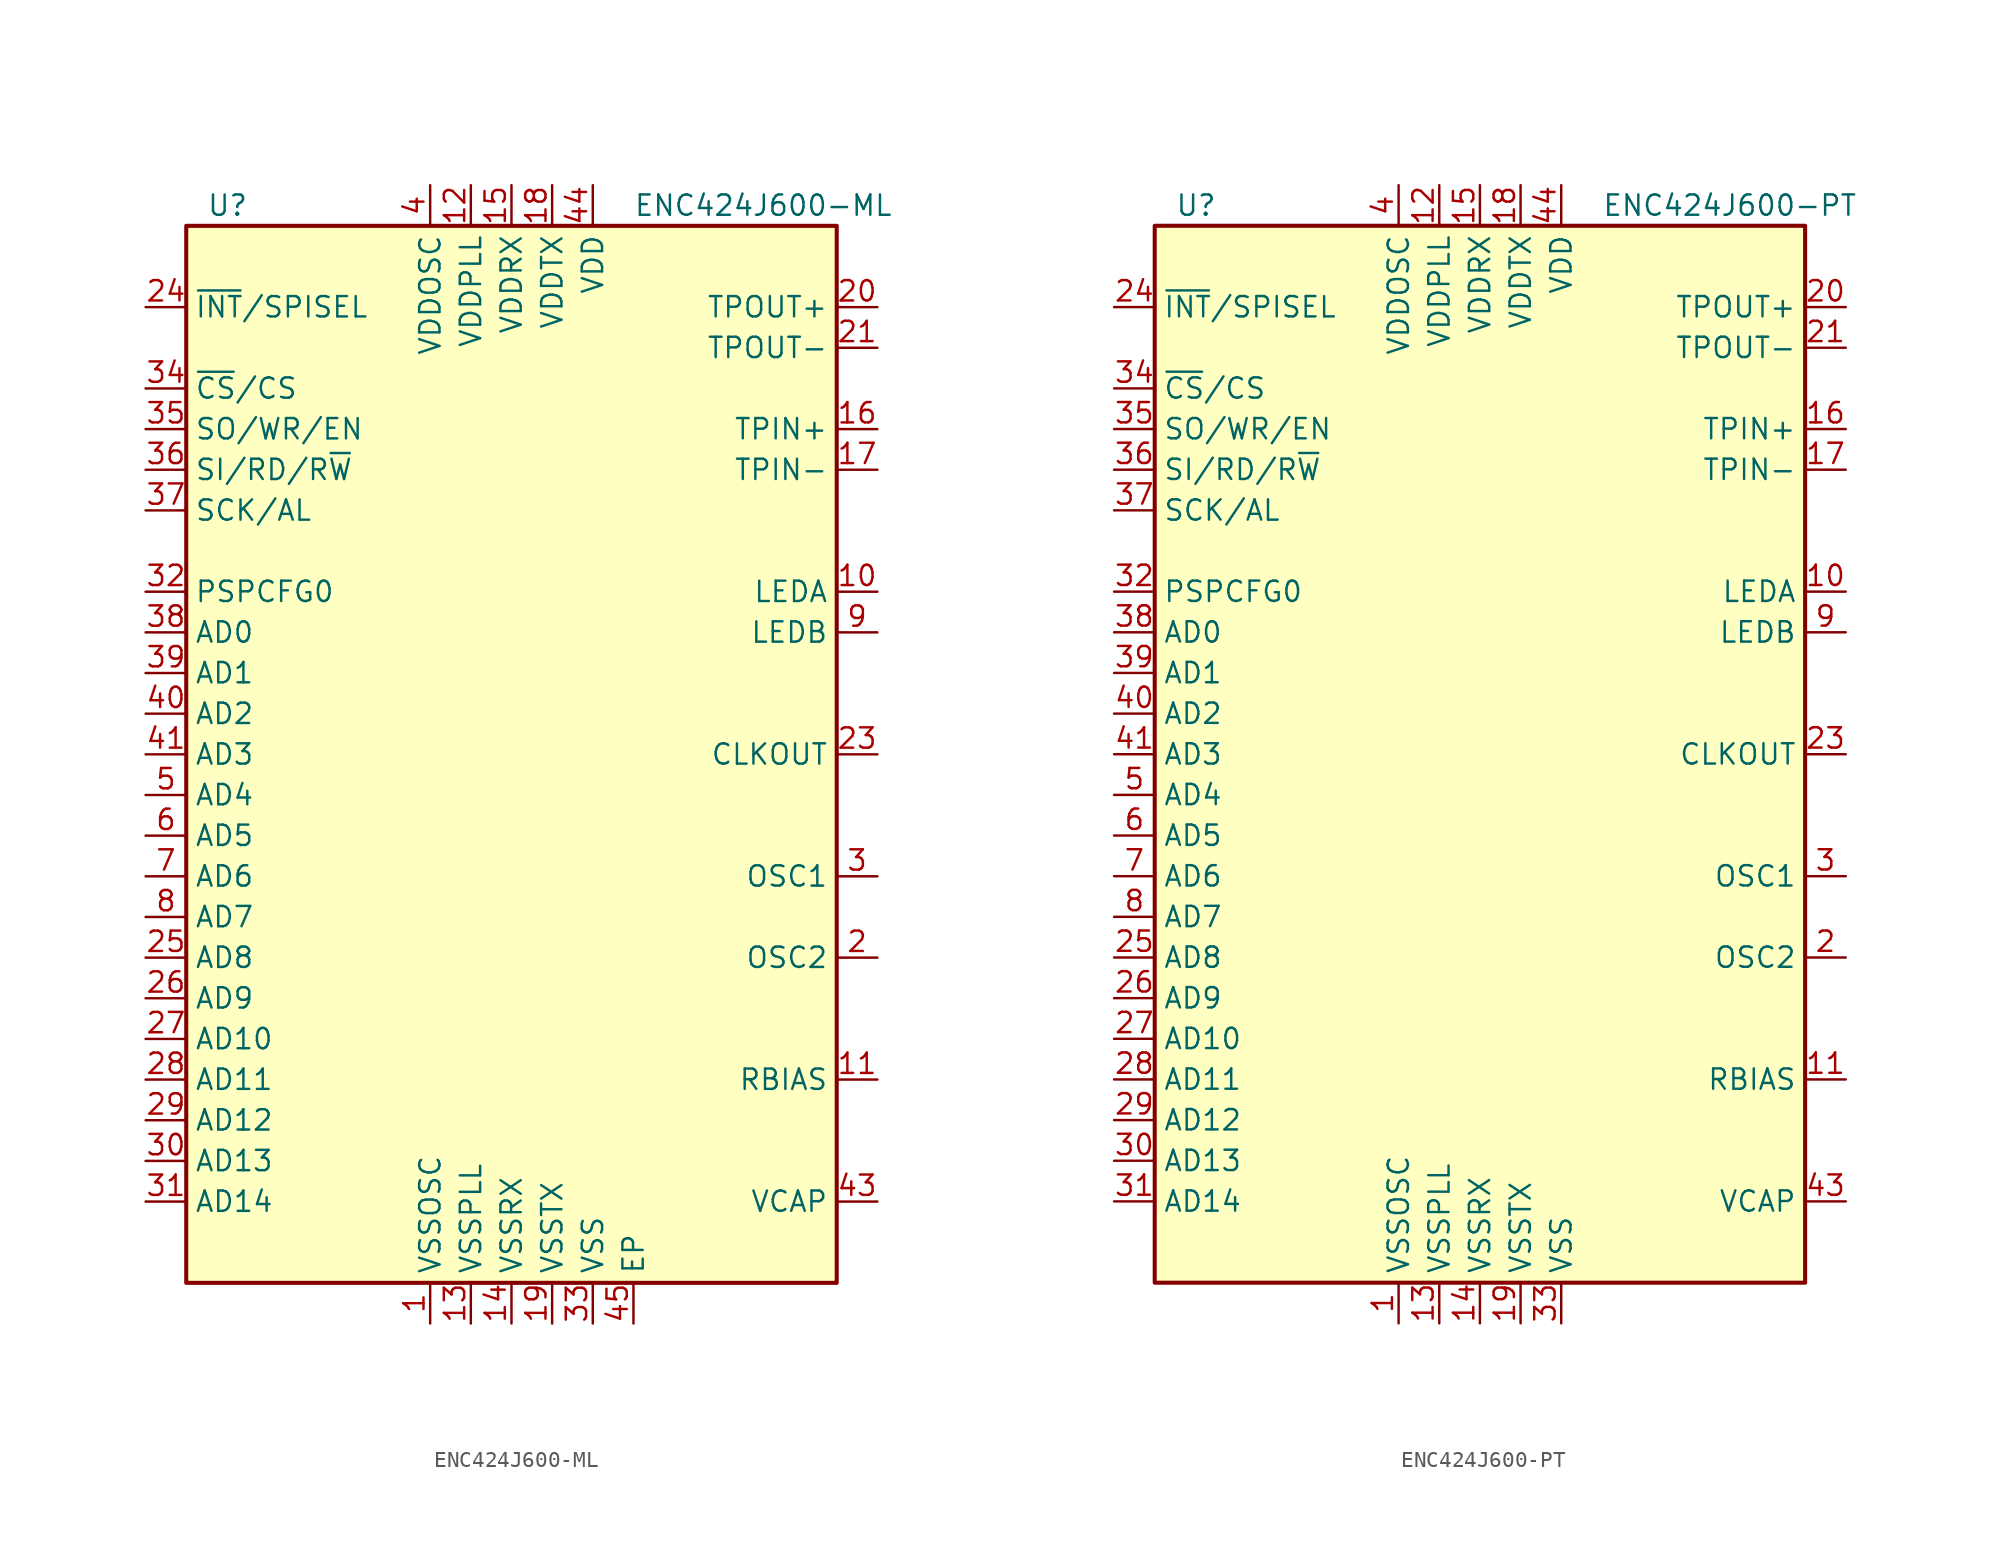
<source format=kicad_sym>
(kicad_symbol_lib
  (version 20201005)
  (generator kicad_symbol_editor)
  (symbol "Interface_Ethernet:ENC424J600-ML"
    (property "Reference" "U"
      (at -19.05 34.29 0)
      (effects (font (size 1.27 1.27)) (justify left)))
    (property "Value" "ENC424J600-ML"
      (at 7.62 34.29 0)
      (effects (font (size 1.27 1.27)) (justify left)))
    (symbol "ENC424J600-ML_0_1"
      (rectangle (start -20.32 33.02) (end 20.32 -33.02) (stroke (width 0.254)) (fill (type background))))
    (symbol "ENC424J600-ML_1_1"
      (pin power_in line (at -5.08 -35.56 90) (length 2.54) (name "VSSOSC" (effects (font (size 1.27 1.27)))) (number "1" (effects (font (size 1.27 1.27)))))
      (pin output line (at 22.86 10.16 180) (length 2.54) (name "LEDA" (effects (font (size 1.27 1.27)))) (number "10" (effects (font (size 1.27 1.27)))))
      (pin input line (at 22.86 -20.32 180) (length 2.54) (name "RBIAS" (effects (font (size 1.27 1.27)))) (number "11" (effects (font (size 1.27 1.27)))))
      (pin power_in line (at -2.54 35.56 270) (length 2.54) (name "VDDPLL" (effects (font (size 1.27 1.27)))) (number "12" (effects (font (size 1.27 1.27)))))
      (pin power_in line (at -2.54 -35.56 90) (length 2.54) (name "VSSPLL" (effects (font (size 1.27 1.27)))) (number "13" (effects (font (size 1.27 1.27)))))
      (pin power_in line (at 0 -35.56 90) (length 2.54) (name "VSSRX" (effects (font (size 1.27 1.27)))) (number "14" (effects (font (size 1.27 1.27)))))
      (pin power_in line (at 0 35.56 270) (length 2.54) (name "VDDRX" (effects (font (size 1.27 1.27)))) (number "15" (effects (font (size 1.27 1.27)))))
      (pin input line (at 22.86 20.32 180) (length 2.54) (name "TPIN+" (effects (font (size 1.27 1.27)))) (number "16" (effects (font (size 1.27 1.27)))))
      (pin input line (at 22.86 17.78 180) (length 2.54) (name "TPIN-" (effects (font (size 1.27 1.27)))) (number "17" (effects (font (size 1.27 1.27)))))
      (pin power_in line (at 2.54 35.56 270) (length 2.54) (name "VDDTX" (effects (font (size 1.27 1.27)))) (number "18" (effects (font (size 1.27 1.27)))))
      (pin power_in line (at 2.54 -35.56 90) (length 2.54) (name "VSSTX" (effects (font (size 1.27 1.27)))) (number "19" (effects (font (size 1.27 1.27)))))
      (pin output line (at 22.86 -12.7 180) (length 2.54) (name "OSC2" (effects (font (size 1.27 1.27)))) (number "2" (effects (font (size 1.27 1.27)))))
      (pin output line (at 22.86 27.94 180) (length 2.54) (name "TPOUT+" (effects (font (size 1.27 1.27)))) (number "20" (effects (font (size 1.27 1.27)))))
      (pin output line (at 22.86 25.4 180) (length 2.54) (name "TPOUT-" (effects (font (size 1.27 1.27)))) (number "21" (effects (font (size 1.27 1.27)))))
      (pin passive line (at 2.54 -35.56 90) (length 2.54) hide (name "VSSTX" (effects (font (size 1.27 1.27)))) (number "22" (effects (font (size 1.27 1.27)))))
      (pin output line (at 22.86 0 180) (length 2.54) (name "CLKOUT" (effects (font (size 1.27 1.27)))) (number "23" (effects (font (size 1.27 1.27)))))
      (pin bidirectional line (at -22.86 27.94 0) (length 2.54) (name "~INT~/SPISEL" (effects (font (size 1.27 1.27)))) (number "24" (effects (font (size 1.27 1.27)))))
      (pin bidirectional line (at -22.86 -12.7 0) (length 2.54) (name "AD8" (effects (font (size 1.27 1.27)))) (number "25" (effects (font (size 1.27 1.27)))))
      (pin bidirectional line (at -22.86 -15.24 0) (length 2.54) (name "AD9" (effects (font (size 1.27 1.27)))) (number "26" (effects (font (size 1.27 1.27)))))
      (pin bidirectional line (at -22.86 -17.78 0) (length 2.54) (name "AD10" (effects (font (size 1.27 1.27)))) (number "27" (effects (font (size 1.27 1.27)))))
      (pin bidirectional line (at -22.86 -20.32 0) (length 2.54) (name "AD11" (effects (font (size 1.27 1.27)))) (number "28" (effects (font (size 1.27 1.27)))))
      (pin bidirectional line (at -22.86 -22.86 0) (length 2.54) (name "AD12" (effects (font (size 1.27 1.27)))) (number "29" (effects (font (size 1.27 1.27)))))
      (pin input line (at 22.86 -7.62 180) (length 2.54) (name "OSC1" (effects (font (size 1.27 1.27)))) (number "3" (effects (font (size 1.27 1.27)))))
      (pin bidirectional line (at -22.86 -25.4 0) (length 2.54) (name "AD13" (effects (font (size 1.27 1.27)))) (number "30" (effects (font (size 1.27 1.27)))))
      (pin bidirectional line (at -22.86 -27.94 0) (length 2.54) (name "AD14" (effects (font (size 1.27 1.27)))) (number "31" (effects (font (size 1.27 1.27)))))
      (pin input line (at -22.86 10.16 0) (length 2.54) (name "PSPCFG0" (effects (font (size 1.27 1.27)))) (number "32" (effects (font (size 1.27 1.27)))))
      (pin power_in line (at 5.08 -35.56 90) (length 2.54) (name "VSS" (effects (font (size 1.27 1.27)))) (number "33" (effects (font (size 1.27 1.27)))))
      (pin input line (at -22.86 22.86 0) (length 2.54) (name "~CS~/CS" (effects (font (size 1.27 1.27)))) (number "34" (effects (font (size 1.27 1.27)))))
      (pin bidirectional line (at -22.86 20.32 0) (length 2.54) (name "SO/WR/EN" (effects (font (size 1.27 1.27)))) (number "35" (effects (font (size 1.27 1.27)))))
      (pin input line (at -22.86 17.78 0) (length 2.54) (name "SI/RD/R~W" (effects (font (size 1.27 1.27)))) (number "36" (effects (font (size 1.27 1.27)))))
      (pin input line (at -22.86 15.24 0) (length 2.54) (name "SCK/AL" (effects (font (size 1.27 1.27)))) (number "37" (effects (font (size 1.27 1.27)))))
      (pin bidirectional line (at -22.86 7.62 0) (length 2.54) (name "AD0" (effects (font (size 1.27 1.27)))) (number "38" (effects (font (size 1.27 1.27)))))
      (pin input line (at -22.86 5.08 0) (length 2.54) (name "AD1" (effects (font (size 1.27 1.27)))) (number "39" (effects (font (size 1.27 1.27)))))
      (pin power_in line (at -5.08 35.56 270) (length 2.54) (name "VDDOSC" (effects (font (size 1.27 1.27)))) (number "4" (effects (font (size 1.27 1.27)))))
      (pin bidirectional line (at -22.86 2.54 0) (length 2.54) (name "AD2" (effects (font (size 1.27 1.27)))) (number "40" (effects (font (size 1.27 1.27)))))
      (pin bidirectional line (at -22.86 0 0) (length 2.54) (name "AD3" (effects (font (size 1.27 1.27)))) (number "41" (effects (font (size 1.27 1.27)))))
      (pin passive line (at 5.08 -35.56 90) (length 2.54) hide (name "VSS" (effects (font (size 1.27 1.27)))) (number "42" (effects (font (size 1.27 1.27)))))
      (pin input line (at 22.86 -27.94 180) (length 2.54) (name "VCAP" (effects (font (size 1.27 1.27)))) (number "43" (effects (font (size 1.27 1.27)))))
      (pin power_in line (at 5.08 35.56 270) (length 2.54) (name "VDD" (effects (font (size 1.27 1.27)))) (number "44" (effects (font (size 1.27 1.27)))))
      (pin power_in line (at 7.62 -35.56 90) (length 2.54) (name "EP" (effects (font (size 1.27 1.27)))) (number "45" (effects (font (size 1.27 1.27)))))
      (pin bidirectional line (at -22.86 -2.54 0) (length 2.54) (name "AD4" (effects (font (size 1.27 1.27)))) (number "5" (effects (font (size 1.27 1.27)))))
      (pin bidirectional line (at -22.86 -5.08 0) (length 2.54) (name "AD5" (effects (font (size 1.27 1.27)))) (number "6" (effects (font (size 1.27 1.27)))))
      (pin bidirectional line (at -22.86 -7.62 0) (length 2.54) (name "AD6" (effects (font (size 1.27 1.27)))) (number "7" (effects (font (size 1.27 1.27)))))
      (pin bidirectional line (at -22.86 -10.16 0) (length 2.54) (name "AD7" (effects (font (size 1.27 1.27)))) (number "8" (effects (font (size 1.27 1.27)))))
      (pin output line (at 22.86 7.62 180) (length 2.54) (name "LEDB" (effects (font (size 1.27 1.27)))) (number "9" (effects (font (size 1.27 1.27)))))))
  (symbol "Interface_Ethernet:ENC424J600-PT"
    (property "Reference" "U"
      (at -19.05 34.29 0)
      (effects (font (size 1.27 1.27)) (justify left)))
    (property "Value" "ENC424J600-PT"
      (at 7.62 34.29 0)
      (effects (font (size 1.27 1.27)) (justify left)))
    (symbol "ENC424J600-PT_0_1"
      (rectangle (start -20.32 33.02) (end 20.32 -33.02) (stroke (width 0.254)) (fill (type background))))
    (symbol "ENC424J600-PT_1_1"
      (pin power_in line (at -5.08 -35.56 90) (length 2.54) (name "VSSOSC" (effects (font (size 1.27 1.27)))) (number "1" (effects (font (size 1.27 1.27)))))
      (pin output line (at 22.86 10.16 180) (length 2.54) (name "LEDA" (effects (font (size 1.27 1.27)))) (number "10" (effects (font (size 1.27 1.27)))))
      (pin input line (at 22.86 -20.32 180) (length 2.54) (name "RBIAS" (effects (font (size 1.27 1.27)))) (number "11" (effects (font (size 1.27 1.27)))))
      (pin power_in line (at -2.54 35.56 270) (length 2.54) (name "VDDPLL" (effects (font (size 1.27 1.27)))) (number "12" (effects (font (size 1.27 1.27)))))
      (pin power_in line (at -2.54 -35.56 90) (length 2.54) (name "VSSPLL" (effects (font (size 1.27 1.27)))) (number "13" (effects (font (size 1.27 1.27)))))
      (pin power_in line (at 0 -35.56 90) (length 2.54) (name "VSSRX" (effects (font (size 1.27 1.27)))) (number "14" (effects (font (size 1.27 1.27)))))
      (pin power_in line (at 0 35.56 270) (length 2.54) (name "VDDRX" (effects (font (size 1.27 1.27)))) (number "15" (effects (font (size 1.27 1.27)))))
      (pin input line (at 22.86 20.32 180) (length 2.54) (name "TPIN+" (effects (font (size 1.27 1.27)))) (number "16" (effects (font (size 1.27 1.27)))))
      (pin input line (at 22.86 17.78 180) (length 2.54) (name "TPIN-" (effects (font (size 1.27 1.27)))) (number "17" (effects (font (size 1.27 1.27)))))
      (pin power_in line (at 2.54 35.56 270) (length 2.54) (name "VDDTX" (effects (font (size 1.27 1.27)))) (number "18" (effects (font (size 1.27 1.27)))))
      (pin power_in line (at 2.54 -35.56 90) (length 2.54) (name "VSSTX" (effects (font (size 1.27 1.27)))) (number "19" (effects (font (size 1.27 1.27)))))
      (pin output line (at 22.86 -12.7 180) (length 2.54) (name "OSC2" (effects (font (size 1.27 1.27)))) (number "2" (effects (font (size 1.27 1.27)))))
      (pin output line (at 22.86 27.94 180) (length 2.54) (name "TPOUT+" (effects (font (size 1.27 1.27)))) (number "20" (effects (font (size 1.27 1.27)))))
      (pin output line (at 22.86 25.4 180) (length 2.54) (name "TPOUT-" (effects (font (size 1.27 1.27)))) (number "21" (effects (font (size 1.27 1.27)))))
      (pin passive line (at 2.54 -35.56 90) (length 2.54) hide (name "VSSTX" (effects (font (size 1.27 1.27)))) (number "22" (effects (font (size 1.27 1.27)))))
      (pin output line (at 22.86 0 180) (length 2.54) (name "CLKOUT" (effects (font (size 1.27 1.27)))) (number "23" (effects (font (size 1.27 1.27)))))
      (pin bidirectional line (at -22.86 27.94 0) (length 2.54) (name "~INT~/SPISEL" (effects (font (size 1.27 1.27)))) (number "24" (effects (font (size 1.27 1.27)))))
      (pin bidirectional line (at -22.86 -12.7 0) (length 2.54) (name "AD8" (effects (font (size 1.27 1.27)))) (number "25" (effects (font (size 1.27 1.27)))))
      (pin bidirectional line (at -22.86 -15.24 0) (length 2.54) (name "AD9" (effects (font (size 1.27 1.27)))) (number "26" (effects (font (size 1.27 1.27)))))
      (pin bidirectional line (at -22.86 -17.78 0) (length 2.54) (name "AD10" (effects (font (size 1.27 1.27)))) (number "27" (effects (font (size 1.27 1.27)))))
      (pin bidirectional line (at -22.86 -20.32 0) (length 2.54) (name "AD11" (effects (font (size 1.27 1.27)))) (number "28" (effects (font (size 1.27 1.27)))))
      (pin bidirectional line (at -22.86 -22.86 0) (length 2.54) (name "AD12" (effects (font (size 1.27 1.27)))) (number "29" (effects (font (size 1.27 1.27)))))
      (pin input line (at 22.86 -7.62 180) (length 2.54) (name "OSC1" (effects (font (size 1.27 1.27)))) (number "3" (effects (font (size 1.27 1.27)))))
      (pin bidirectional line (at -22.86 -25.4 0) (length 2.54) (name "AD13" (effects (font (size 1.27 1.27)))) (number "30" (effects (font (size 1.27 1.27)))))
      (pin bidirectional line (at -22.86 -27.94 0) (length 2.54) (name "AD14" (effects (font (size 1.27 1.27)))) (number "31" (effects (font (size 1.27 1.27)))))
      (pin input line (at -22.86 10.16 0) (length 2.54) (name "PSPCFG0" (effects (font (size 1.27 1.27)))) (number "32" (effects (font (size 1.27 1.27)))))
      (pin power_in line (at 5.08 -35.56 90) (length 2.54) (name "VSS" (effects (font (size 1.27 1.27)))) (number "33" (effects (font (size 1.27 1.27)))))
      (pin input line (at -22.86 22.86 0) (length 2.54) (name "~CS~/CS" (effects (font (size 1.27 1.27)))) (number "34" (effects (font (size 1.27 1.27)))))
      (pin bidirectional line (at -22.86 20.32 0) (length 2.54) (name "SO/WR/EN" (effects (font (size 1.27 1.27)))) (number "35" (effects (font (size 1.27 1.27)))))
      (pin input line (at -22.86 17.78 0) (length 2.54) (name "SI/RD/R~W" (effects (font (size 1.27 1.27)))) (number "36" (effects (font (size 1.27 1.27)))))
      (pin input line (at -22.86 15.24 0) (length 2.54) (name "SCK/AL" (effects (font (size 1.27 1.27)))) (number "37" (effects (font (size 1.27 1.27)))))
      (pin bidirectional line (at -22.86 7.62 0) (length 2.54) (name "AD0" (effects (font (size 1.27 1.27)))) (number "38" (effects (font (size 1.27 1.27)))))
      (pin input line (at -22.86 5.08 0) (length 2.54) (name "AD1" (effects (font (size 1.27 1.27)))) (number "39" (effects (font (size 1.27 1.27)))))
      (pin power_in line (at -5.08 35.56 270) (length 2.54) (name "VDDOSC" (effects (font (size 1.27 1.27)))) (number "4" (effects (font (size 1.27 1.27)))))
      (pin bidirectional line (at -22.86 2.54 0) (length 2.54) (name "AD2" (effects (font (size 1.27 1.27)))) (number "40" (effects (font (size 1.27 1.27)))))
      (pin bidirectional line (at -22.86 0 0) (length 2.54) (name "AD3" (effects (font (size 1.27 1.27)))) (number "41" (effects (font (size 1.27 1.27)))))
      (pin passive line (at 5.08 -35.56 90) (length 2.54) hide (name "VSS" (effects (font (size 1.27 1.27)))) (number "42" (effects (font (size 1.27 1.27)))))
      (pin input line (at 22.86 -27.94 180) (length 2.54) (name "VCAP" (effects (font (size 1.27 1.27)))) (number "43" (effects (font (size 1.27 1.27)))))
      (pin power_in line (at 5.08 35.56 270) (length 2.54) (name "VDD" (effects (font (size 1.27 1.27)))) (number "44" (effects (font (size 1.27 1.27)))))
      (pin bidirectional line (at -22.86 -2.54 0) (length 2.54) (name "AD4" (effects (font (size 1.27 1.27)))) (number "5" (effects (font (size 1.27 1.27)))))
      (pin bidirectional line (at -22.86 -5.08 0) (length 2.54) (name "AD5" (effects (font (size 1.27 1.27)))) (number "6" (effects (font (size 1.27 1.27)))))
      (pin bidirectional line (at -22.86 -7.62 0) (length 2.54) (name "AD6" (effects (font (size 1.27 1.27)))) (number "7" (effects (font (size 1.27 1.27)))))
      (pin bidirectional line (at -22.86 -10.16 0) (length 2.54) (name "AD7" (effects (font (size 1.27 1.27)))) (number "8" (effects (font (size 1.27 1.27)))))
      (pin output line (at 22.86 7.62 180) (length 2.54) (name "LEDB" (effects (font (size 1.27 1.27)))) (number "9" (effects (font (size 1.27 1.27))))))))
</source>
